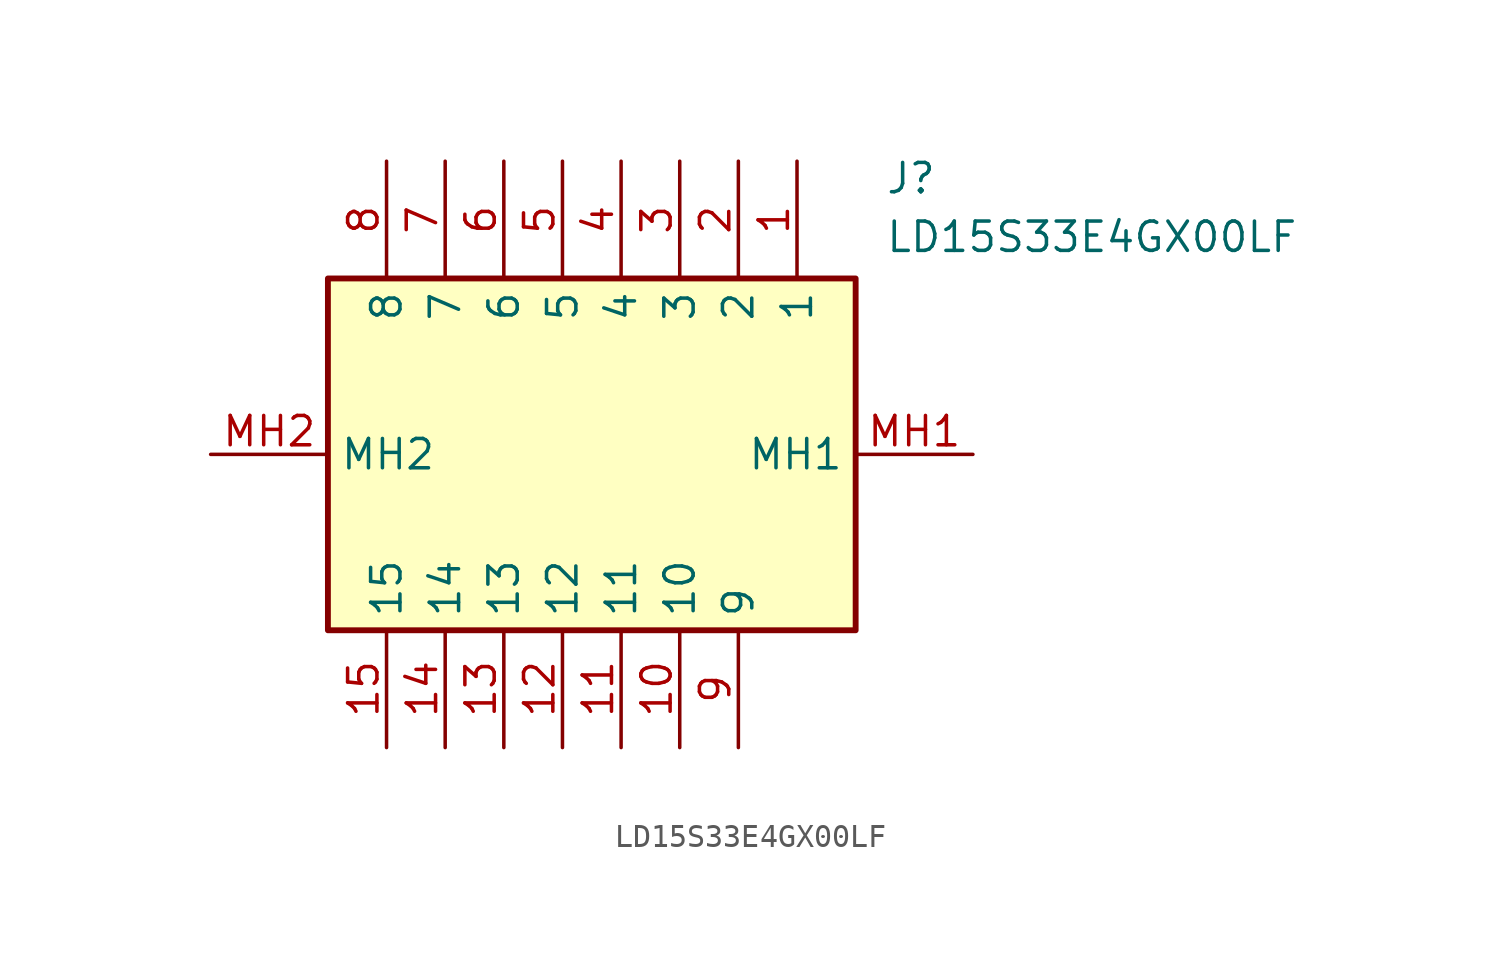
<source format=kicad_sym>
(kicad_symbol_lib
  (version 20211014)
  (generator SamacSys_ECAD_Model)
  (symbol "LD15S33E4GX00LF"
    (property "Reference" "J"
      (at 29.21 12.7 0)
      (effects (font (size 1.27 1.27)) (justify left top)))
    (property "Value" "LD15S33E4GX00LF"
      (at 29.21 10.16 0)
      (effects (font (size 1.27 1.27)) (justify left top)))
    (rectangle
      (start 5.08 7.62)
      (end 27.94 -7.62)
      (stroke (width 0.254) (type default))
      (fill (type background)))
    (pin passive line
      (at 25.4 12.7 270)
      (length 5.08)
      (name "1" (effects (font (size 1.27 1.27))))
      (number "1" (effects (font (size 1.27 1.27)))))
    (pin passive line
      (at 22.86 12.7 270)
      (length 5.08)
      (name "2" (effects (font (size 1.27 1.27))))
      (number "2" (effects (font (size 1.27 1.27)))))
    (pin passive line
      (at 20.32 12.7 270)
      (length 5.08)
      (name "3" (effects (font (size 1.27 1.27))))
      (number "3" (effects (font (size 1.27 1.27)))))
    (pin passive line
      (at 17.78 12.7 270)
      (length 5.08)
      (name "4" (effects (font (size 1.27 1.27))))
      (number "4" (effects (font (size 1.27 1.27)))))
    (pin passive line
      (at 15.24 12.7 270)
      (length 5.08)
      (name "5" (effects (font (size 1.27 1.27))))
      (number "5" (effects (font (size 1.27 1.27)))))
    (pin passive line
      (at 12.7 12.7 270)
      (length 5.08)
      (name "6" (effects (font (size 1.27 1.27))))
      (number "6" (effects (font (size 1.27 1.27)))))
    (pin passive line
      (at 10.16 12.7 270)
      (length 5.08)
      (name "7" (effects (font (size 1.27 1.27))))
      (number "7" (effects (font (size 1.27 1.27)))))
    (pin passive line
      (at 7.62 12.7 270)
      (length 5.08)
      (name "8" (effects (font (size 1.27 1.27))))
      (number "8" (effects (font (size 1.27 1.27)))))
    (pin passive line
      (at 22.86 -12.7 90)
      (length 5.08)
      (name "9" (effects (font (size 1.27 1.27))))
      (number "9" (effects (font (size 1.27 1.27)))))
    (pin passive line
      (at 20.32 -12.7 90)
      (length 5.08)
      (name "10" (effects (font (size 1.27 1.27))))
      (number "10" (effects (font (size 1.27 1.27)))))
    (pin passive line
      (at 17.78 -12.7 90)
      (length 5.08)
      (name "11" (effects (font (size 1.27 1.27))))
      (number "11" (effects (font (size 1.27 1.27)))))
    (pin passive line
      (at 15.24 -12.7 90)
      (length 5.08)
      (name "12" (effects (font (size 1.27 1.27))))
      (number "12" (effects (font (size 1.27 1.27)))))
    (pin passive line
      (at 12.7 -12.7 90)
      (length 5.08)
      (name "13" (effects (font (size 1.27 1.27))))
      (number "13" (effects (font (size 1.27 1.27)))))
    (pin passive line
      (at 10.16 -12.7 90)
      (length 5.08)
      (name "14" (effects (font (size 1.27 1.27))))
      (number "14" (effects (font (size 1.27 1.27)))))
    (pin passive line
      (at 7.62 -12.7 90)
      (length 5.08)
      (name "15" (effects (font (size 1.27 1.27))))
      (number "15" (effects (font (size 1.27 1.27)))))
    (pin passive line
      (at 33.02 0 180)
      (length 5.08)
      (name "MH1" (effects (font (size 1.27 1.27))))
      (number "MH1" (effects (font (size 1.27 1.27)))))
    (pin passive line
      (at 0 0 0)
      (length 5.08)
      (name "MH2" (effects (font (size 1.27 1.27))))
      (number "MH2" (effects (font (size 1.27 1.27)))))))
</source>
